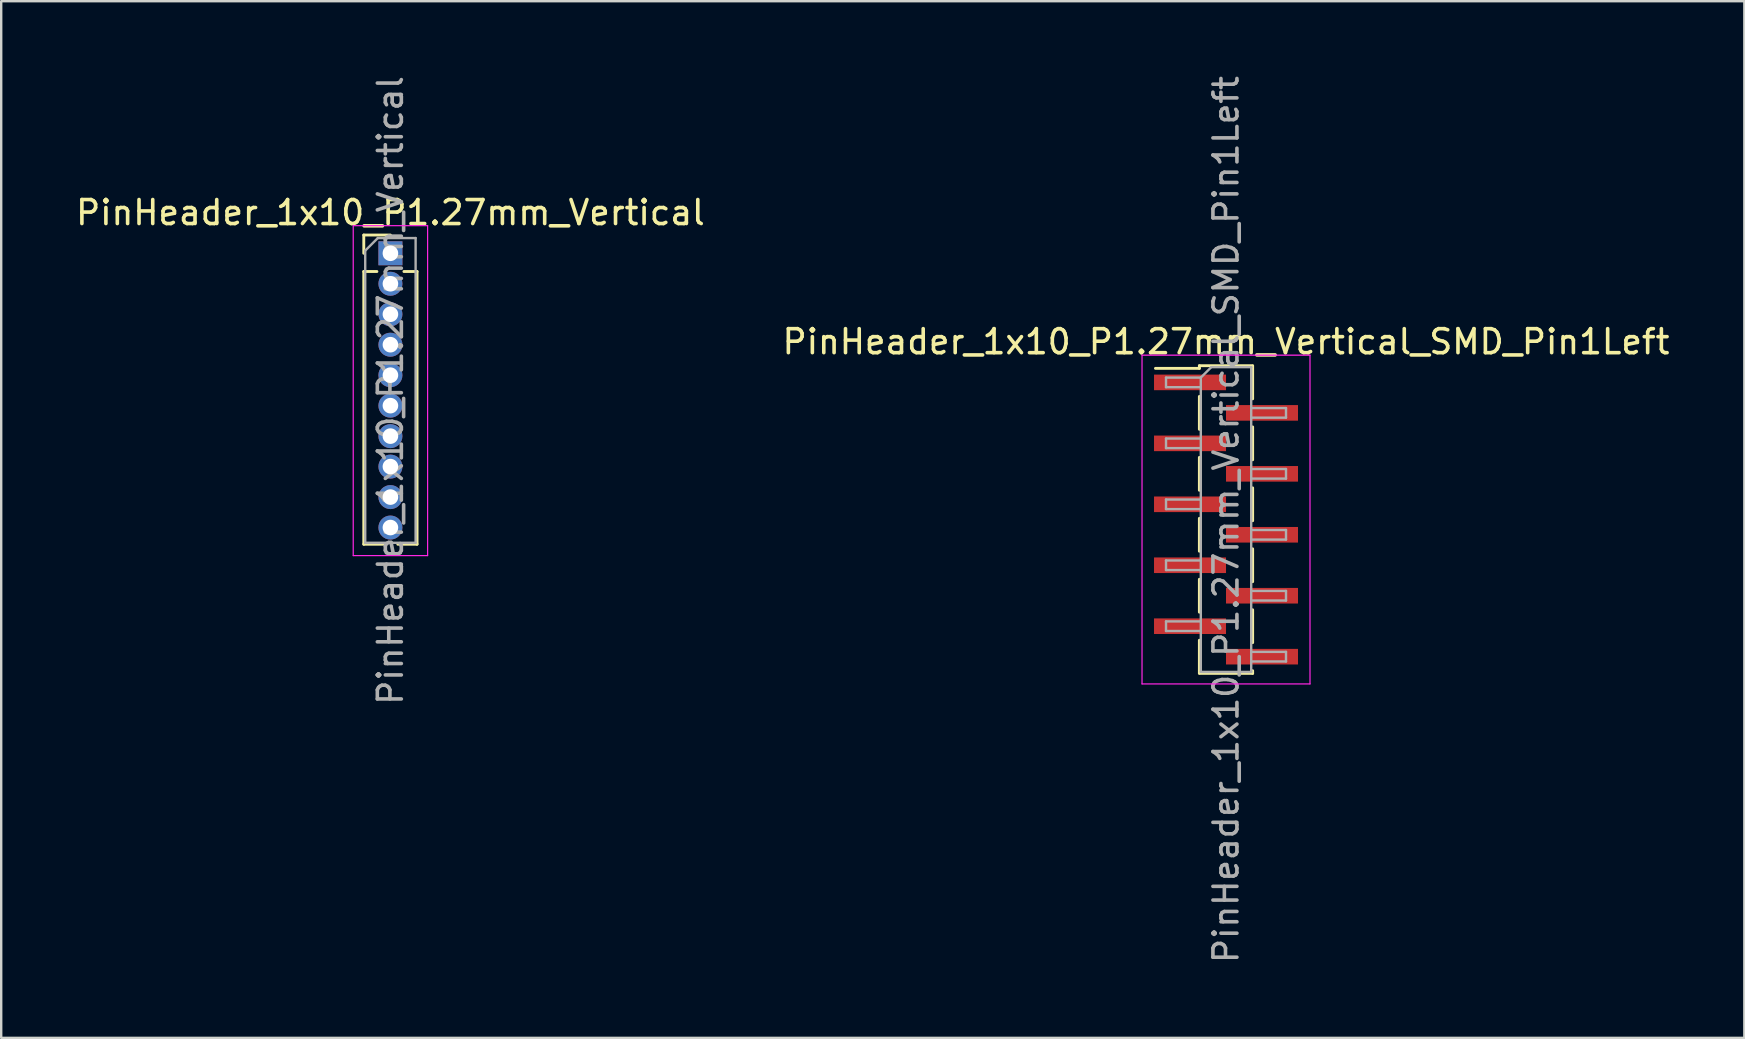
<source format=kicad_pcb>
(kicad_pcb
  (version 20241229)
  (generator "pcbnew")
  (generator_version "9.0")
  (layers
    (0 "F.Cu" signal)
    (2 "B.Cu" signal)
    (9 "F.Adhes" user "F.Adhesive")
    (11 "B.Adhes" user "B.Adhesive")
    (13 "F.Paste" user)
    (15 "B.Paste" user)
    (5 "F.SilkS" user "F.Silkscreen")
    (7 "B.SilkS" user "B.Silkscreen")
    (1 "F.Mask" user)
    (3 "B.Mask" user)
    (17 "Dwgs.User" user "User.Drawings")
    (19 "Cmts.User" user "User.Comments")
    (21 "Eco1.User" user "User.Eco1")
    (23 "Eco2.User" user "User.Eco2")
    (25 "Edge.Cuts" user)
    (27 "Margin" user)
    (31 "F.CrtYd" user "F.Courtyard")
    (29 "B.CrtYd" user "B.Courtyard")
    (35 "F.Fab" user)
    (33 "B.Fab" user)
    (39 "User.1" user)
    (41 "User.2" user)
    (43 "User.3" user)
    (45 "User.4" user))
  (footprint "PinHeader_1x10_P1.27mm_Vertical_SMD_Pin1Left"
    (layer "F.Cu")
    (at 48.042 18.601)
    (property "Reference" "PinHeader_1x10_P1.27mm_Vertical_SMD_Pin1Left" (at 0 -7.41 0) (layer "F.SilkS") (effects (font (size 1 1) (thickness 0.15))))
    (attr smd)
    (fp_line (start -1.11 -6.41) (end -1.11 -6.3) (stroke (width 0.12) (type solid)) (layer "F.SilkS"))
    (fp_line (start -1.11 -6.41) (end 1.11 -6.41) (stroke (width 0.12) (type solid)) (layer "F.SilkS"))
    (fp_line (start -1.11 -6.3) (end -2.94 -6.3) (stroke (width 0.12) (type solid)) (layer "F.SilkS"))
    (fp_line (start -1.11 -5.13) (end -1.11 -3.76) (stroke (width 0.12) (type solid)) (layer "F.SilkS"))
    (fp_line (start -1.11 -2.59) (end -1.11 -1.22) (stroke (width 0.12) (type solid)) (layer "F.SilkS"))
    (fp_line (start -1.11 -0.05) (end -1.11 1.32) (stroke (width 0.12) (type solid)) (layer "F.SilkS"))
    (fp_line (start -1.11 2.49) (end -1.11 3.86) (stroke (width 0.12) (type solid)) (layer "F.SilkS"))
    (fp_line (start -1.11 5.03) (end -1.11 6.4) (stroke (width 0.12) (type solid)) (layer "F.SilkS"))
    (fp_line (start -1.11 6.41) (end 1.11 6.41) (stroke (width 0.12) (type solid)) (layer "F.SilkS"))
    (fp_line (start 1.11 -6.4) (end 1.11 -5.03) (stroke (width 0.12) (type solid)) (layer "F.SilkS"))
    (fp_line (start 1.11 -3.86) (end 1.11 -2.49) (stroke (width 0.12) (type solid)) (layer "F.SilkS"))
    (fp_line (start 1.11 -1.32) (end 1.11 0.05) (stroke (width 0.12) (type solid)) (layer "F.SilkS"))
    (fp_line (start 1.11 1.22) (end 1.11 2.59) (stroke (width 0.12) (type solid)) (layer "F.SilkS"))
    (fp_line (start 1.11 3.76) (end 1.11 5.13) (stroke (width 0.12) (type solid)) (layer "F.SilkS"))
    (fp_line (start 1.11 6.3) (end 1.11 6.41) (stroke (width 0.12) (type solid)) (layer "F.SilkS"))
    (fp_line (start -3.5 -6.85) (end -3.5 6.85) (stroke (width 0.05) (type solid)) (layer "F.CrtYd"))
    (fp_line (start -3.5 6.85) (end 3.5 6.85) (stroke (width 0.05) (type solid)) (layer "F.CrtYd"))
    (fp_line (start 3.5 -6.85) (end -3.5 -6.85) (stroke (width 0.05) (type solid)) (layer "F.CrtYd"))
    (fp_line (start 3.5 6.85) (end 3.5 -6.85) (stroke (width 0.05) (type solid)) (layer "F.CrtYd"))
    (fp_line (start -2.5 -5.915) (end -2.5 -5.515) (stroke (width 0.1) (type solid)) (layer "F.Fab"))
    (fp_line (start -2.5 -5.515) (end -1.05 -5.515) (stroke (width 0.1) (type solid)) (layer "F.Fab"))
    (fp_line (start -2.5 -3.375) (end -2.5 -2.975) (stroke (width 0.1) (type solid)) (layer "F.Fab"))
    (fp_line (start -2.5 -2.975) (end -1.05 -2.975) (stroke (width 0.1) (type solid)) (layer "F.Fab"))
    (fp_line (start -2.5 -0.835) (end -2.5 -0.435) (stroke (width 0.1) (type solid)) (layer "F.Fab"))
    (fp_line (start -2.5 -0.435) (end -1.05 -0.435) (stroke (width 0.1) (type solid)) (layer "F.Fab"))
    (fp_line (start -2.5 1.705) (end -2.5 2.105) (stroke (width 0.1) (type solid)) (layer "F.Fab"))
    (fp_line (start -2.5 2.105) (end -1.05 2.105) (stroke (width 0.1) (type solid)) (layer "F.Fab"))
    (fp_line (start -2.5 4.245) (end -2.5 4.645) (stroke (width 0.1) (type solid)) (layer "F.Fab"))
    (fp_line (start -2.5 4.645) (end -1.05 4.645) (stroke (width 0.1) (type solid)) (layer "F.Fab"))
    (fp_line (start -1.05 -5.915) (end -2.5 -5.915) (stroke (width 0.1) (type solid)) (layer "F.Fab"))
    (fp_line (start -1.05 -5.915) (end -0.615 -6.35) (stroke (width 0.1) (type solid)) (layer "F.Fab"))
    (fp_line (start -1.05 -3.375) (end -2.5 -3.375) (stroke (width 0.1) (type solid)) (layer "F.Fab"))
    (fp_line (start -1.05 -0.835) (end -2.5 -0.835) (stroke (width 0.1) (type solid)) (layer "F.Fab"))
    (fp_line (start -1.05 1.705) (end -2.5 1.705) (stroke (width 0.1) (type solid)) (layer "F.Fab"))
    (fp_line (start -1.05 4.245) (end -2.5 4.245) (stroke (width 0.1) (type solid)) (layer "F.Fab"))
    (fp_line (start -1.05 6.35) (end -1.05 -5.915) (stroke (width 0.1) (type solid)) (layer "F.Fab"))
    (fp_line (start -0.615 -6.35) (end 1.05 -6.35) (stroke (width 0.1) (type solid)) (layer "F.Fab"))
    (fp_line (start 1.05 -6.35) (end 1.05 6.35) (stroke (width 0.1) (type solid)) (layer "F.Fab"))
    (fp_line (start 1.05 -4.645) (end 2.5 -4.645) (stroke (width 0.1) (type solid)) (layer "F.Fab"))
    (fp_line (start 1.05 -2.105) (end 2.5 -2.105) (stroke (width 0.1) (type solid)) (layer "F.Fab"))
    (fp_line (start 1.05 0.435) (end 2.5 0.435) (stroke (width 0.1) (type solid)) (layer "F.Fab"))
    (fp_line (start 1.05 2.975) (end 2.5 2.975) (stroke (width 0.1) (type solid)) (layer "F.Fab"))
    (fp_line (start 1.05 5.515) (end 2.5 5.515) (stroke (width 0.1) (type solid)) (layer "F.Fab"))
    (fp_line (start 1.05 6.35) (end -1.05 6.35) (stroke (width 0.1) (type solid)) (layer "F.Fab"))
    (fp_line (start 2.5 -4.645) (end 2.5 -4.245) (stroke (width 0.1) (type solid)) (layer "F.Fab"))
    (fp_line (start 2.5 -4.245) (end 1.05 -4.245) (stroke (width 0.1) (type solid)) (layer "F.Fab"))
    (fp_line (start 2.5 -2.105) (end 2.5 -1.705) (stroke (width 0.1) (type solid)) (layer "F.Fab"))
    (fp_line (start 2.5 -1.705) (end 1.05 -1.705) (stroke (width 0.1) (type solid)) (layer "F.Fab"))
    (fp_line (start 2.5 0.435) (end 2.5 0.835) (stroke (width 0.1) (type solid)) (layer "F.Fab"))
    (fp_line (start 2.5 0.835) (end 1.05 0.835) (stroke (width 0.1) (type solid)) (layer "F.Fab"))
    (fp_line (start 2.5 2.975) (end 2.5 3.375) (stroke (width 0.1) (type solid)) (layer "F.Fab"))
    (fp_line (start 2.5 3.375) (end 1.05 3.375) (stroke (width 0.1) (type solid)) (layer "F.Fab"))
    (fp_line (start 2.5 5.515) (end 2.5 5.915) (stroke (width 0.1) (type solid)) (layer "F.Fab"))
    (fp_line (start 2.5 5.915) (end 1.05 5.915) (stroke (width 0.1) (type solid)) (layer "F.Fab"))
    (fp_text user "${REFERENCE}" (at 0 0 90) (layer "F.Fab") (effects (font (size 1 1) (thickness 0.15))))
    (pad "1" smd rect (at -1.5 -5.715) (size 3 0.65) (layers "F.Cu" "F.Mask" "F.Paste"))
    (pad "2" smd rect (at 1.5 -4.445) (size 3 0.65) (layers "F.Cu" "F.Mask" "F.Paste"))
    (pad "3" smd rect (at -1.5 -3.175) (size 3 0.65) (layers "F.Cu" "F.Mask" "F.Paste"))
    (pad "4" smd rect (at 1.5 -1.905) (size 3 0.65) (layers "F.Cu" "F.Mask" "F.Paste"))
    (pad "5" smd rect (at -1.5 -0.635) (size 3 0.65) (layers "F.Cu" "F.Mask" "F.Paste"))
    (pad "6" smd rect (at 1.5 0.635) (size 3 0.65) (layers "F.Cu" "F.Mask" "F.Paste"))
    (pad "7" smd rect (at -1.5 1.905) (size 3 0.65) (layers "F.Cu" "F.Mask" "F.Paste"))
    (pad "8" smd rect (at 1.5 3.175) (size 3 0.65) (layers "F.Cu" "F.Mask" "F.Paste"))
    (pad "9" smd rect (at -1.5 4.445) (size 3 0.65) (layers "F.Cu" "F.Mask" "F.Paste"))
    (pad "10" smd rect (at 1.5 5.715) (size 3 0.65) (layers "F.Cu" "F.Mask" "F.Paste")))
  (footprint "PinHeader_1x10_P1.27mm_Vertical"
    (layer "F.Cu")
    (at 13.22 7.505)
    (property "Reference" "PinHeader_1x10_P1.27mm_Vertical" (at 0 -1.695 0) (layer "F.SilkS") (effects (font (size 1 1) (thickness 0.15))))
    (attr through_hole)
    (fp_line (start -1.11 -0.76) (end 0 -0.76) (stroke (width 0.12) (type solid)) (layer "F.SilkS"))
    (fp_line (start -1.11 0) (end -1.11 -0.76) (stroke (width 0.12) (type solid)) (layer "F.SilkS"))
    (fp_line (start -1.11 0.76) (end -1.11 12.125) (stroke (width 0.12) (type solid)) (layer "F.SilkS"))
    (fp_line (start -1.11 0.76) (end -0.563 0.76) (stroke (width 0.12) (type solid)) (layer "F.SilkS"))
    (fp_line (start -1.11 12.125) (end -0.308 12.125) (stroke (width 0.12) (type solid)) (layer "F.SilkS"))
    (fp_line (start 0.308 12.125) (end 1.11 12.125) (stroke (width 0.12) (type solid)) (layer "F.SilkS"))
    (fp_line (start 0.563 0.76) (end 1.11 0.76) (stroke (width 0.12) (type solid)) (layer "F.SilkS"))
    (fp_line (start 1.11 0.76) (end 1.11 12.125) (stroke (width 0.12) (type solid)) (layer "F.SilkS"))
    (fp_line (start -1.55 -1.15) (end -1.55 12.6) (stroke (width 0.05) (type solid)) (layer "F.CrtYd"))
    (fp_line (start -1.55 12.6) (end 1.55 12.6) (stroke (width 0.05) (type solid)) (layer "F.CrtYd"))
    (fp_line (start 1.55 -1.15) (end -1.55 -1.15) (stroke (width 0.05) (type solid)) (layer "F.CrtYd"))
    (fp_line (start 1.55 12.6) (end 1.55 -1.15) (stroke (width 0.05) (type solid)) (layer "F.CrtYd"))
    (fp_line (start -1.05 -0.11) (end -0.525 -0.635) (stroke (width 0.1) (type solid)) (layer "F.Fab"))
    (fp_line (start -1.05 12.065) (end -1.05 -0.11) (stroke (width 0.1) (type solid)) (layer "F.Fab"))
    (fp_line (start -0.525 -0.635) (end 1.05 -0.635) (stroke (width 0.1) (type solid)) (layer "F.Fab"))
    (fp_line (start 1.05 -0.635) (end 1.05 12.065) (stroke (width 0.1) (type solid)) (layer "F.Fab"))
    (fp_line (start 1.05 12.065) (end -1.05 12.065) (stroke (width 0.1) (type solid)) (layer "F.Fab"))
    (fp_text user "${REFERENCE}" (at 0 5.715 90) (layer "F.Fab") (effects (font (size 1 1) (thickness 0.15))))
    (pad "1" thru_hole rect (at 0 0) (size 1 1) (drill 0.65) (layers "*.Cu" "*.Mask"))
    (pad "2" thru_hole oval (at 0 1.27) (size 1 1) (drill 0.65) (layers "*.Cu" "*.Mask"))
    (pad "3" thru_hole oval (at 0 2.54) (size 1 1) (drill 0.65) (layers "*.Cu" "*.Mask"))
    (pad "4" thru_hole oval (at 0 3.81) (size 1 1) (drill 0.65) (layers "*.Cu" "*.Mask"))
    (pad "5" thru_hole oval (at 0 5.08) (size 1 1) (drill 0.65) (layers "*.Cu" "*.Mask"))
    (pad "6" thru_hole oval (at 0 6.35) (size 1 1) (drill 0.65) (layers "*.Cu" "*.Mask"))
    (pad "7" thru_hole oval (at 0 7.62) (size 1 1) (drill 0.65) (layers "*.Cu" "*.Mask"))
    (pad "8" thru_hole oval (at 0 8.89) (size 1 1) (drill 0.65) (layers "*.Cu" "*.Mask"))
    (pad "9" thru_hole oval (at 0 10.16) (size 1 1) (drill 0.65) (layers "*.Cu" "*.Mask"))
    (pad "10" thru_hole oval (at 0 11.43) (size 1 1) (drill 0.65) (layers "*.Cu" "*.Mask")))
  (gr_rect
    (start -3 -3)
    (end 69.643 40.202)
    (stroke (width 0.1) (type default))
    (fill no)
    (layer "Edge.Cuts")))
</source>
